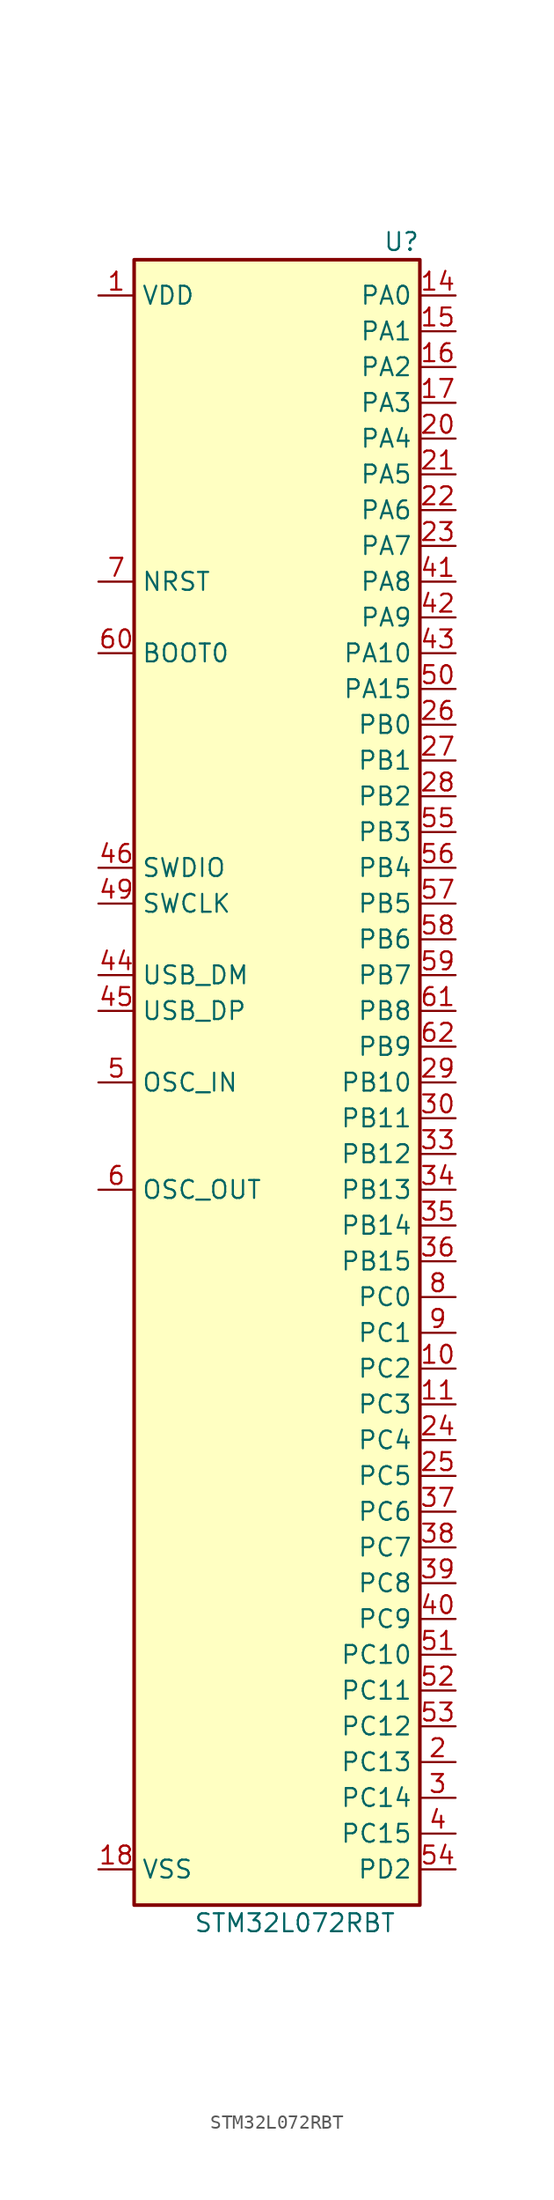
<source format=kicad_sym>
(kicad_symbol_lib
  (version 20241209)
  (generator "kicad_symbol_editor")
  (generator_version "9.0")
  (symbol "STM32L072RBT"
    (property "Reference" "U"
      (at 10.16 57.15 0)
      (effects (font (size 1.27 1.27)) (justify right)))
    (property "Value" "STM32L072RBT"
      (at 1.27 -62.23 0)
      (effects (font (size 1.27 1.27))))
    (symbol "STM32L072RBT_0_1"
      (rectangle (start -10.16 55.88) (end 10.16 -60.96) (stroke (width 0.254) (type default)) (fill (type background))))
    (symbol "STM32L072RBT_1_1"
      (pin power_in line (at -12.7 53.34 0) (length 2.54) (name "VDD" (effects (font (size 1.27 1.27)))) (number "1" (effects (font (size 1.27 1.27)))))
      (pin passive line (at -12.7 53.34 0) (length 2.54) (hide yes) (name "VDDA" (effects (font (size 1.27 1.27)))) (number "13" (effects (font (size 1.27 1.27)))))
      (pin passive line (at -12.7 53.34 0) (length 2.54) (hide yes) (name "VDD" (effects (font (size 1.27 1.27)))) (number "19" (effects (font (size 1.27 1.27)))))
      (pin passive line (at -12.7 53.34 0) (length 2.54) (hide yes) (name "VDD" (effects (font (size 1.27 1.27)))) (number "32" (effects (font (size 1.27 1.27)))))
      (pin passive line (at -12.7 53.34 0) (length 2.54) (hide yes) (name "VDD_USB" (effects (font (size 1.27 1.27)))) (number "48" (effects (font (size 1.27 1.27)))))
      (pin passive line (at -12.7 53.34 0) (length 2.54) (hide yes) (name "VDD" (effects (font (size 1.27 1.27)))) (number "64" (effects (font (size 1.27 1.27)))))
      (pin input line (at -12.7 33.02 0) (length 2.54) (name "NRST" (effects (font (size 1.27 1.27)))) (number "7" (effects (font (size 1.27 1.27)))))
      (pin input line (at -12.7 27.94 0) (length 2.54) (name "BOOT0" (effects (font (size 1.27 1.27)))) (number "60" (effects (font (size 1.27 1.27)))))
      (pin bidirectional line (at -12.7 12.7 0) (length 2.54) (name "SWDIO" (effects (font (size 1.27 1.27)))) (number "46" (effects (font (size 1.27 1.27)))))
      (pin bidirectional line (at -12.7 10.16 0) (length 2.54) (name "SWCLK" (effects (font (size 1.27 1.27)))) (number "49" (effects (font (size 1.27 1.27)))))
      (pin bidirectional line (at -12.7 5.08 0) (length 2.54) (name "USB_DM" (effects (font (size 1.27 1.27)))) (number "44" (effects (font (size 1.27 1.27)))))
      (pin bidirectional line (at -12.7 2.54 0) (length 2.54) (name "USB_DP" (effects (font (size 1.27 1.27)))) (number "45" (effects (font (size 1.27 1.27)))))
      (pin bidirectional line (at -12.7 -2.54 0) (length 2.54) (name "OSC_IN" (effects (font (size 1.27 1.27)))) (number "5" (effects (font (size 1.27 1.27)))))
      (pin bidirectional line (at -12.7 -10.16 0) (length 2.54) (name "OSC_OUT" (effects (font (size 1.27 1.27)))) (number "6" (effects (font (size 1.27 1.27)))))
      (pin passive line (at -12.7 -58.42 0) (length 2.54) (hide yes) (name "VSSA" (effects (font (size 1.27 1.27)))) (number "12" (effects (font (size 1.27 1.27)))))
      (pin power_in line (at -12.7 -58.42 0) (length 2.54) (name "VSS" (effects (font (size 1.27 1.27)))) (number "18" (effects (font (size 1.27 1.27)))))
      (pin passive line (at -12.7 -58.42 0) (length 2.54) (hide yes) (name "VSS" (effects (font (size 1.27 1.27)))) (number "31" (effects (font (size 1.27 1.27)))))
      (pin passive line (at -12.7 -58.42 0) (length 2.54) (hide yes) (name "VSS" (effects (font (size 1.27 1.27)))) (number "47" (effects (font (size 1.27 1.27)))))
      (pin passive line (at -12.7 -58.42 0) (length 2.54) (hide yes) (name "VSS" (effects (font (size 1.27 1.27)))) (number "63" (effects (font (size 1.27 1.27)))))
      (pin bidirectional line (at 12.7 53.34 180) (length 2.54) (name "PA0" (effects (font (size 1.27 1.27)))) (number "14" (effects (font (size 1.27 1.27)))) (alternate "ADC_IN0" bidirectional line) (alternate "COMP1_INM" bidirectional line) (alternate "COMP1_OUT" bidirectional line) (alternate "RTC_TAMP2" bidirectional line) (alternate "SYS_WKUP1" bidirectional line) (alternate "TIM2_CH1" bidirectional line) (alternate "TIM2_ETR" bidirectional line) (alternate "TSC_G1_IO1" bidirectional line) (alternate "USART2_CTS" bidirectional line) (alternate "USART4_TX" bidirectional line))
      (pin bidirectional line (at 12.7 50.8 180) (length 2.54) (name "PA1" (effects (font (size 1.27 1.27)))) (number "15" (effects (font (size 1.27 1.27)))) (alternate "ADC_IN1" bidirectional line) (alternate "COMP1_INP" bidirectional line) (alternate "TIM21_ETR" bidirectional line) (alternate "TIM2_CH2" bidirectional line) (alternate "TSC_G1_IO2" bidirectional line) (alternate "USART2_DE" bidirectional line) (alternate "USART2_RTS" bidirectional line) (alternate "USART4_RX" bidirectional line))
      (pin bidirectional line (at 12.7 48.26 180) (length 2.54) (name "PA2" (effects (font (size 1.27 1.27)))) (number "16" (effects (font (size 1.27 1.27)))) (alternate "ADC_IN2" bidirectional line) (alternate "COMP2_INM" bidirectional line) (alternate "COMP2_OUT" bidirectional line) (alternate "LPUART1_TX" bidirectional line) (alternate "TIM21_CH1" bidirectional line) (alternate "TIM2_CH3" bidirectional line) (alternate "TSC_G1_IO3" bidirectional line) (alternate "USART2_TX" bidirectional line))
      (pin bidirectional line (at 12.7 45.72 180) (length 2.54) (name "PA3" (effects (font (size 1.27 1.27)))) (number "17" (effects (font (size 1.27 1.27)))) (alternate "ADC_IN3" bidirectional line) (alternate "COMP2_INP" bidirectional line) (alternate "LPUART1_RX" bidirectional line) (alternate "TIM21_CH2" bidirectional line) (alternate "TIM2_CH4" bidirectional line) (alternate "TSC_G1_IO4" bidirectional line) (alternate "USART2_RX" bidirectional line))
      (pin bidirectional line (at 12.7 43.18 180) (length 2.54) (name "PA4" (effects (font (size 1.27 1.27)))) (number "20" (effects (font (size 1.27 1.27)))) (alternate "ADC_IN4" bidirectional line) (alternate "COMP1_INM" bidirectional line) (alternate "COMP2_INM" bidirectional line) (alternate "DAC_OUT1" bidirectional line) (alternate "SPI1_NSS" bidirectional line) (alternate "TIM22_ETR" bidirectional line) (alternate "TSC_G2_IO1" bidirectional line) (alternate "USART2_CK" bidirectional line))
      (pin bidirectional line (at 12.7 40.64 180) (length 2.54) (name "PA5" (effects (font (size 1.27 1.27)))) (number "21" (effects (font (size 1.27 1.27)))) (alternate "ADC_IN5" bidirectional line) (alternate "COMP1_INM" bidirectional line) (alternate "COMP2_INM" bidirectional line) (alternate "DAC_OUT2" bidirectional line) (alternate "SPI1_SCK" bidirectional line) (alternate "TIM2_CH1" bidirectional line) (alternate "TIM2_ETR" bidirectional line) (alternate "TSC_G2_IO2" bidirectional line))
      (pin bidirectional line (at 12.7 38.1 180) (length 2.54) (name "PA6" (effects (font (size 1.27 1.27)))) (number "22" (effects (font (size 1.27 1.27)))) (alternate "ADC_IN6" bidirectional line) (alternate "COMP1_OUT" bidirectional line) (alternate "LPUART1_CTS" bidirectional line) (alternate "SPI1_MISO" bidirectional line) (alternate "TIM22_CH1" bidirectional line) (alternate "TIM3_CH1" bidirectional line) (alternate "TSC_G2_IO3" bidirectional line))
      (pin bidirectional line (at 12.7 35.56 180) (length 2.54) (name "PA7" (effects (font (size 1.27 1.27)))) (number "23" (effects (font (size 1.27 1.27)))) (alternate "ADC_IN7" bidirectional line) (alternate "COMP2_OUT" bidirectional line) (alternate "SPI1_MOSI" bidirectional line) (alternate "TIM22_CH2" bidirectional line) (alternate "TIM3_CH2" bidirectional line) (alternate "TSC_G2_IO4" bidirectional line))
      (pin bidirectional line (at 12.7 33.02 180) (length 2.54) (name "PA8" (effects (font (size 1.27 1.27)))) (number "41" (effects (font (size 1.27 1.27)))) (alternate "CRS_SYNC" bidirectional line) (alternate "I2C3_SCL" bidirectional line) (alternate "RCC_MCO" bidirectional line) (alternate "USART1_CK" bidirectional line))
      (pin bidirectional line (at 12.7 30.48 180) (length 2.54) (name "PA9" (effects (font (size 1.27 1.27)))) (number "42" (effects (font (size 1.27 1.27)))) (alternate "DAC_EXTI9" bidirectional line) (alternate "I2C1_SCL" bidirectional line) (alternate "I2C3_SMBA" bidirectional line) (alternate "RCC_MCO" bidirectional line) (alternate "TSC_G4_IO1" bidirectional line) (alternate "USART1_TX" bidirectional line))
      (pin bidirectional line (at 12.7 27.94 180) (length 2.54) (name "PA10" (effects (font (size 1.27 1.27)))) (number "43" (effects (font (size 1.27 1.27)))) (alternate "I2C1_SDA" bidirectional line) (alternate "TSC_G4_IO2" bidirectional line) (alternate "USART1_RX" bidirectional line))
      (pin bidirectional line (at 12.7 25.4 180) (length 2.54) (name "PA15" (effects (font (size 1.27 1.27)))) (number "50" (effects (font (size 1.27 1.27)))) (alternate "SPI1_NSS" bidirectional line) (alternate "TIM2_CH1" bidirectional line) (alternate "TIM2_ETR" bidirectional line) (alternate "USART2_RX" bidirectional line) (alternate "USART4_DE" bidirectional line) (alternate "USART4_RTS" bidirectional line))
      (pin bidirectional line (at 12.7 22.86 180) (length 2.54) (name "PB0" (effects (font (size 1.27 1.27)))) (number "26" (effects (font (size 1.27 1.27)))) (alternate "ADC_IN8" bidirectional line) (alternate "SYS_VREF_OUT_PB0" bidirectional line) (alternate "TIM3_CH3" bidirectional line) (alternate "TSC_G3_IO2" bidirectional line))
      (pin bidirectional line (at 12.7 20.32 180) (length 2.54) (name "PB1" (effects (font (size 1.27 1.27)))) (number "27" (effects (font (size 1.27 1.27)))) (alternate "ADC_IN9" bidirectional line) (alternate "LPUART1_DE" bidirectional line) (alternate "LPUART1_RTS" bidirectional line) (alternate "SYS_VREF_OUT_PB1" bidirectional line) (alternate "TIM3_CH4" bidirectional line) (alternate "TSC_G3_IO3" bidirectional line))
      (pin bidirectional line (at 12.7 17.78 180) (length 2.54) (name "PB2" (effects (font (size 1.27 1.27)))) (number "28" (effects (font (size 1.27 1.27)))) (alternate "I2C3_SMBA" bidirectional line) (alternate "LPTIM1_OUT" bidirectional line) (alternate "TSC_G3_IO4" bidirectional line))
      (pin bidirectional line (at 12.7 15.24 180) (length 2.54) (name "PB3" (effects (font (size 1.27 1.27)))) (number "55" (effects (font (size 1.27 1.27)))) (alternate "COMP2_INM" bidirectional line) (alternate "SPI1_SCK" bidirectional line) (alternate "TIM2_CH2" bidirectional line) (alternate "TSC_G5_IO1" bidirectional line) (alternate "USART1_DE" bidirectional line) (alternate "USART1_RTS" bidirectional line) (alternate "USART5_TX" bidirectional line))
      (pin bidirectional line (at 12.7 12.7 180) (length 2.54) (name "PB4" (effects (font (size 1.27 1.27)))) (number "56" (effects (font (size 1.27 1.27)))) (alternate "COMP2_INP" bidirectional line) (alternate "I2C3_SDA" bidirectional line) (alternate "SPI1_MISO" bidirectional line) (alternate "TIM22_CH1" bidirectional line) (alternate "TIM3_CH1" bidirectional line) (alternate "TSC_G5_IO2" bidirectional line) (alternate "USART1_CTS" bidirectional line) (alternate "USART5_RX" bidirectional line))
      (pin bidirectional line (at 12.7 10.16 180) (length 2.54) (name "PB5" (effects (font (size 1.27 1.27)))) (number "57" (effects (font (size 1.27 1.27)))) (alternate "COMP2_INP" bidirectional line) (alternate "I2C1_SMBA" bidirectional line) (alternate "LPTIM1_IN1" bidirectional line) (alternate "SPI1_MOSI" bidirectional line) (alternate "TIM22_CH2" bidirectional line) (alternate "TIM3_CH2" bidirectional line) (alternate "USART1_CK" bidirectional line) (alternate "USART5_CK" bidirectional line) (alternate "USART5_DE" bidirectional line) (alternate "USART5_RTS" bidirectional line))
      (pin bidirectional line (at 12.7 7.62 180) (length 2.54) (name "PB6" (effects (font (size 1.27 1.27)))) (number "58" (effects (font (size 1.27 1.27)))) (alternate "COMP2_INP" bidirectional line) (alternate "I2C1_SCL" bidirectional line) (alternate "LPTIM1_ETR" bidirectional line) (alternate "TSC_G5_IO3" bidirectional line) (alternate "USART1_TX" bidirectional line))
      (pin bidirectional line (at 12.7 5.08 180) (length 2.54) (name "PB7" (effects (font (size 1.27 1.27)))) (number "59" (effects (font (size 1.27 1.27)))) (alternate "COMP2_INP" bidirectional line) (alternate "I2C1_SDA" bidirectional line) (alternate "LPTIM1_IN2" bidirectional line) (alternate "SYS_PVD_IN" bidirectional line) (alternate "TSC_G5_IO4" bidirectional line) (alternate "USART1_RX" bidirectional line) (alternate "USART4_CTS" bidirectional line))
      (pin bidirectional line (at 12.7 2.54 180) (length 2.54) (name "PB8" (effects (font (size 1.27 1.27)))) (number "61" (effects (font (size 1.27 1.27)))) (alternate "I2C1_SCL" bidirectional line) (alternate "TSC_SYNC" bidirectional line))
      (pin bidirectional line (at 12.7 0 180) (length 2.54) (name "PB9" (effects (font (size 1.27 1.27)))) (number "62" (effects (font (size 1.27 1.27)))) (alternate "DAC_EXTI9" bidirectional line) (alternate "I2C1_SDA" bidirectional line) (alternate "I2S2_WS" bidirectional line) (alternate "SPI2_NSS" bidirectional line))
      (pin bidirectional line (at 12.7 -2.54 180) (length 2.54) (name "PB10" (effects (font (size 1.27 1.27)))) (number "29" (effects (font (size 1.27 1.27)))) (alternate "I2C2_SCL" bidirectional line) (alternate "LPUART1_RX" bidirectional line) (alternate "LPUART1_TX" bidirectional line) (alternate "SPI2_SCK" bidirectional line) (alternate "TIM2_CH3" bidirectional line) (alternate "TSC_SYNC" bidirectional line))
      (pin bidirectional line (at 12.7 -5.08 180) (length 2.54) (name "PB11" (effects (font (size 1.27 1.27)))) (number "30" (effects (font (size 1.27 1.27)))) (alternate "ADC_EXTI11" bidirectional line) (alternate "I2C2_SDA" bidirectional line) (alternate "LPUART1_RX" bidirectional line) (alternate "LPUART1_TX" bidirectional line) (alternate "TIM2_CH4" bidirectional line) (alternate "TSC_G6_IO1" bidirectional line))
      (pin bidirectional line (at 12.7 -7.62 180) (length 2.54) (name "PB12" (effects (font (size 1.27 1.27)))) (number "33" (effects (font (size 1.27 1.27)))) (alternate "I2S2_WS" bidirectional line) (alternate "LPUART1_DE" bidirectional line) (alternate "LPUART1_RTS" bidirectional line) (alternate "SPI2_NSS" bidirectional line) (alternate "TSC_G6_IO2" bidirectional line))
      (pin bidirectional line (at 12.7 -10.16 180) (length 2.54) (name "PB13" (effects (font (size 1.27 1.27)))) (number "34" (effects (font (size 1.27 1.27)))) (alternate "I2C2_SCL" bidirectional line) (alternate "I2S2_CK" bidirectional line) (alternate "LPUART1_CTS" bidirectional line) (alternate "RCC_MCO" bidirectional line) (alternate "SPI2_SCK" bidirectional line) (alternate "TIM21_CH1" bidirectional line) (alternate "TSC_G6_IO3" bidirectional line))
      (pin bidirectional line (at 12.7 -12.7 180) (length 2.54) (name "PB14" (effects (font (size 1.27 1.27)))) (number "35" (effects (font (size 1.27 1.27)))) (alternate "I2C2_SDA" bidirectional line) (alternate "I2S2_MCK" bidirectional line) (alternate "LPUART1_DE" bidirectional line) (alternate "LPUART1_RTS" bidirectional line) (alternate "RTC_OUT_ALARM" bidirectional line) (alternate "RTC_OUT_CALIB" bidirectional line) (alternate "SPI2_MISO" bidirectional line) (alternate "TIM21_CH2" bidirectional line) (alternate "TSC_G6_IO4" bidirectional line))
      (pin bidirectional line (at 12.7 -15.24 180) (length 2.54) (name "PB15" (effects (font (size 1.27 1.27)))) (number "36" (effects (font (size 1.27 1.27)))) (alternate "I2S2_SD" bidirectional line) (alternate "RTC_REFIN" bidirectional line) (alternate "SPI2_MOSI" bidirectional line))
      (pin bidirectional line (at 12.7 -17.78 180) (length 2.54) (name "PC0" (effects (font (size 1.27 1.27)))) (number "8" (effects (font (size 1.27 1.27)))) (alternate "ADC_IN10" bidirectional line) (alternate "I2C3_SCL" bidirectional line) (alternate "LPTIM1_IN1" bidirectional line) (alternate "LPUART1_RX" bidirectional line) (alternate "TSC_G7_IO1" bidirectional line))
      (pin bidirectional line (at 12.7 -20.32 180) (length 2.54) (name "PC1" (effects (font (size 1.27 1.27)))) (number "9" (effects (font (size 1.27 1.27)))) (alternate "ADC_IN11" bidirectional line) (alternate "I2C3_SDA" bidirectional line) (alternate "LPTIM1_OUT" bidirectional line) (alternate "LPUART1_TX" bidirectional line) (alternate "TSC_G7_IO2" bidirectional line))
      (pin bidirectional line (at 12.7 -22.86 180) (length 2.54) (name "PC2" (effects (font (size 1.27 1.27)))) (number "10" (effects (font (size 1.27 1.27)))) (alternate "ADC_IN12" bidirectional line) (alternate "I2S2_MCK" bidirectional line) (alternate "LPTIM1_IN2" bidirectional line) (alternate "SPI2_MISO" bidirectional line) (alternate "TSC_G7_IO3" bidirectional line))
      (pin bidirectional line (at 12.7 -25.4 180) (length 2.54) (name "PC3" (effects (font (size 1.27 1.27)))) (number "11" (effects (font (size 1.27 1.27)))) (alternate "ADC_IN13" bidirectional line) (alternate "I2S2_SD" bidirectional line) (alternate "LPTIM1_ETR" bidirectional line) (alternate "SPI2_MOSI" bidirectional line) (alternate "TSC_G7_IO4" bidirectional line))
      (pin bidirectional line (at 12.7 -27.94 180) (length 2.54) (name "PC4" (effects (font (size 1.27 1.27)))) (number "24" (effects (font (size 1.27 1.27)))) (alternate "ADC_IN14" bidirectional line) (alternate "LPUART1_TX" bidirectional line))
      (pin bidirectional line (at 12.7 -30.48 180) (length 2.54) (name "PC5" (effects (font (size 1.27 1.27)))) (number "25" (effects (font (size 1.27 1.27)))) (alternate "ADC_IN15" bidirectional line) (alternate "LPUART1_RX" bidirectional line) (alternate "TSC_G3_IO1" bidirectional line))
      (pin bidirectional line (at 12.7 -33.02 180) (length 2.54) (name "PC6" (effects (font (size 1.27 1.27)))) (number "37" (effects (font (size 1.27 1.27)))) (alternate "TIM22_CH1" bidirectional line) (alternate "TIM3_CH1" bidirectional line) (alternate "TSC_G8_IO1" bidirectional line))
      (pin bidirectional line (at 12.7 -35.56 180) (length 2.54) (name "PC7" (effects (font (size 1.27 1.27)))) (number "38" (effects (font (size 1.27 1.27)))) (alternate "TIM22_CH2" bidirectional line) (alternate "TIM3_CH2" bidirectional line) (alternate "TSC_G8_IO2" bidirectional line))
      (pin bidirectional line (at 12.7 -38.1 180) (length 2.54) (name "PC8" (effects (font (size 1.27 1.27)))) (number "39" (effects (font (size 1.27 1.27)))) (alternate "TIM22_ETR" bidirectional line) (alternate "TIM3_CH3" bidirectional line) (alternate "TSC_G8_IO3" bidirectional line))
      (pin bidirectional line (at 12.7 -40.64 180) (length 2.54) (name "PC9" (effects (font (size 1.27 1.27)))) (number "40" (effects (font (size 1.27 1.27)))) (alternate "DAC_EXTI9" bidirectional line) (alternate "I2C3_SDA" bidirectional line) (alternate "TIM21_ETR" bidirectional line) (alternate "TIM3_CH4" bidirectional line) (alternate "TSC_G8_IO4" bidirectional line) (alternate "USB_NOE" bidirectional line))
      (pin bidirectional line (at 12.7 -43.18 180) (length 2.54) (name "PC10" (effects (font (size 1.27 1.27)))) (number "51" (effects (font (size 1.27 1.27)))) (alternate "LPUART1_TX" bidirectional line) (alternate "USART4_TX" bidirectional line))
      (pin bidirectional line (at 12.7 -45.72 180) (length 2.54) (name "PC11" (effects (font (size 1.27 1.27)))) (number "52" (effects (font (size 1.27 1.27)))) (alternate "ADC_EXTI11" bidirectional line) (alternate "LPUART1_RX" bidirectional line) (alternate "USART4_RX" bidirectional line))
      (pin bidirectional line (at 12.7 -48.26 180) (length 2.54) (name "PC12" (effects (font (size 1.27 1.27)))) (number "53" (effects (font (size 1.27 1.27)))) (alternate "USART4_CK" bidirectional line) (alternate "USART5_TX" bidirectional line))
      (pin bidirectional line (at 12.7 -50.8 180) (length 2.54) (name "PC13" (effects (font (size 1.27 1.27)))) (number "2" (effects (font (size 1.27 1.27)))) (alternate "RTC_OUT_ALARM" bidirectional line) (alternate "RTC_OUT_CALIB" bidirectional line) (alternate "RTC_TAMP1" bidirectional line) (alternate "RTC_TS" bidirectional line) (alternate "SYS_WKUP2" bidirectional line))
      (pin bidirectional line (at 12.7 -53.34 180) (length 2.54) (name "PC14" (effects (font (size 1.27 1.27)))) (number "3" (effects (font (size 1.27 1.27)))) (alternate "RCC_OSC32_IN" bidirectional line))
      (pin bidirectional line (at 12.7 -55.88 180) (length 2.54) (name "PC15" (effects (font (size 1.27 1.27)))) (number "4" (effects (font (size 1.27 1.27)))) (alternate "RCC_OSC32_OUT" bidirectional line))
      (pin bidirectional line (at 12.7 -58.42 180) (length 2.54) (name "PD2" (effects (font (size 1.27 1.27)))) (number "54" (effects (font (size 1.27 1.27)))) (alternate "LPUART1_DE" bidirectional line) (alternate "LPUART1_RTS" bidirectional line) (alternate "TIM3_ETR" bidirectional line) (alternate "USART5_RX" bidirectional line)))))
</source>
